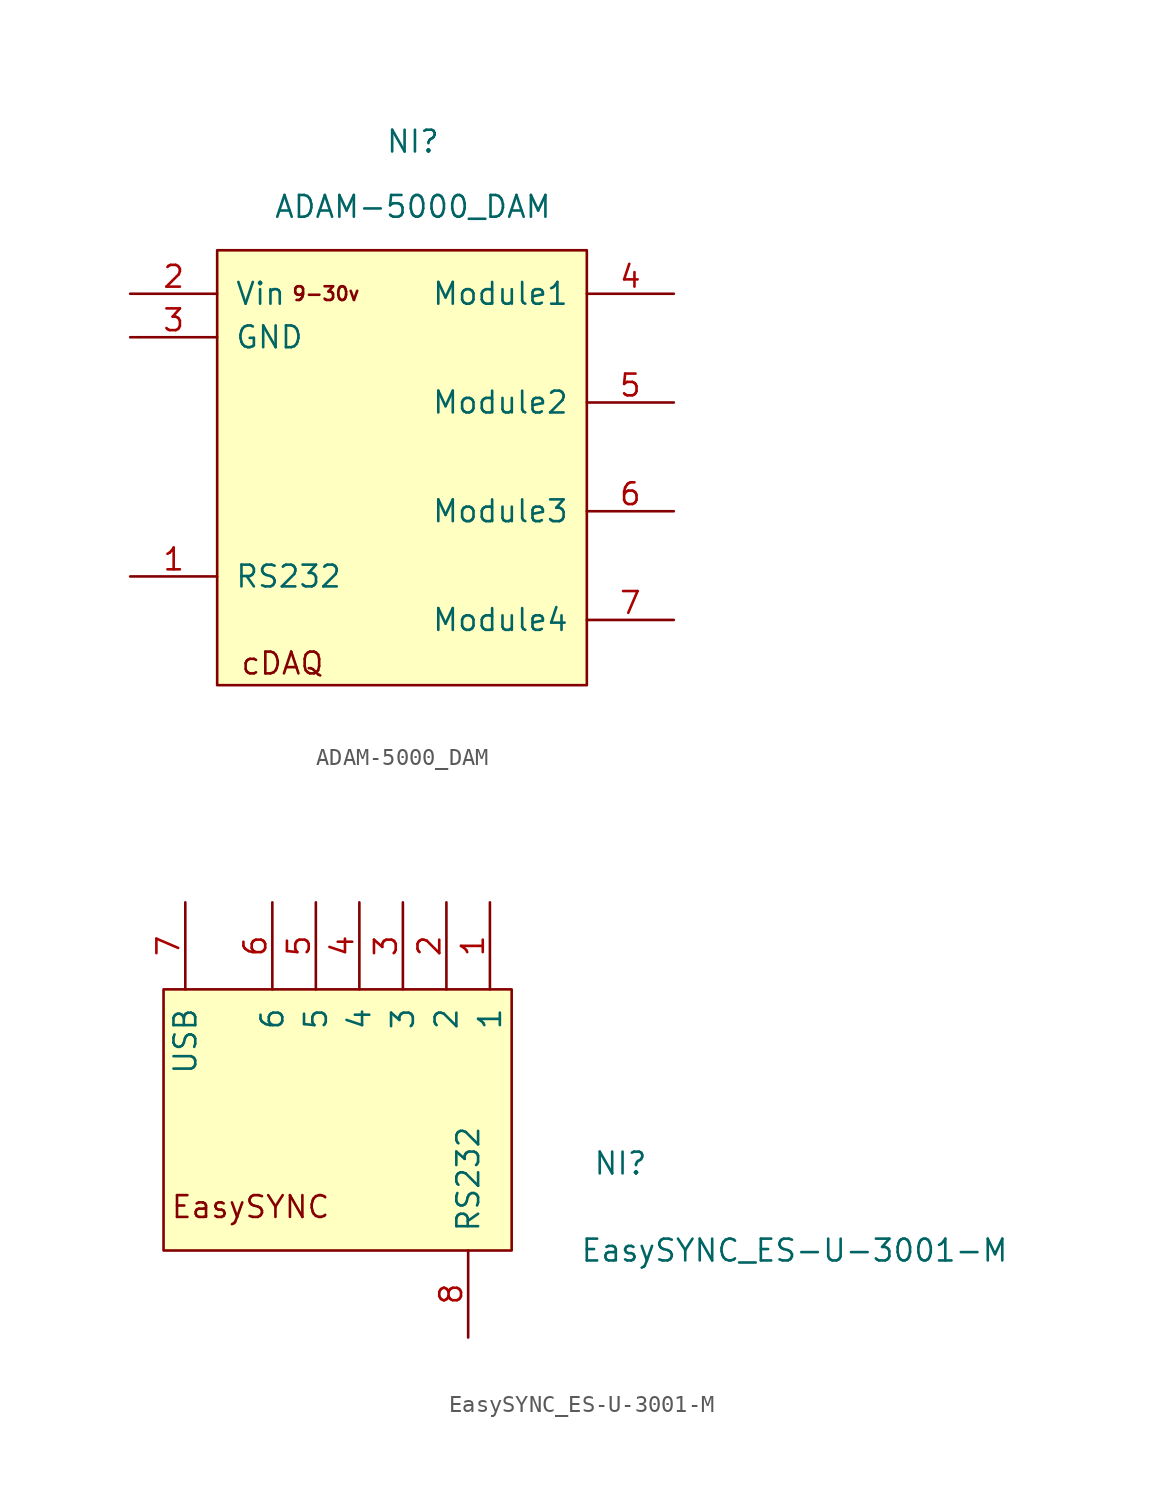
<source format=kicad_sym>
(kicad_symbol_lib
  (version 20211014)
  (generator kicad_symbol_editor)
  (symbol "ADAM-5000_DAM"
    (pin_names
      (offset 1.016))
    (property "Reference" "NI"
      (at 0 11.43 0)
      (effects (font (size 1.27 1.27))))
    (property "Value" "ADAM-5000_DAM"
      (at 0 7.62 0)
      (effects (font (size 1.27 1.27))))
    (symbol "ADAM-5000_DAM_0_0"
      (text "9-30v" (at -5.08 2.54 0) (effects (font (size 0.8 0.8))))
      (text "cDAQ" (at -7.62 -19.05 0) (effects (font (size 1.27 1.27)))))
    (symbol "ADAM-5000_DAM_0_1"
      (rectangle (start -11.43 -20.32) (end 10.16 5.08) (stroke (width 0) (type default) (color 0 0 0 0)) (fill (type background))))
    (symbol "ADAM-5000_DAM_1_1"
      (pin bidirectional line (at -16.51 -13.97 0) (length 5.08) (name "RS232" (effects (font (size 1.27 1.27)))) (number "1" (effects (font (size 1.27 1.27)))))
      (pin input line (at -16.51 2.54 0) (length 5.08) (name "Vin" (effects (font (size 1.27 1.27)))) (number "2" (effects (font (size 1.27 1.27)))))
      (pin input line (at -16.51 0 0) (length 5.08) (name "GND" (effects (font (size 1.27 1.27)))) (number "3" (effects (font (size 1.27 1.27)))))
      (pin bidirectional line (at 15.24 2.54 180) (length 5.08) (name "Module1" (effects (font (size 1.27 1.27)))) (number "4" (effects (font (size 1.27 1.27)))))
      (pin bidirectional line (at 15.24 -3.81 180) (length 5.08) (name "Module2" (effects (font (size 1.27 1.27)))) (number "5" (effects (font (size 1.27 1.27)))))
      (pin bidirectional line (at 15.24 -10.16 180) (length 5.08) (name "Module3" (effects (font (size 1.27 1.27)))) (number "6" (effects (font (size 1.27 1.27)))))
      (pin bidirectional line (at 15.24 -16.51 180) (length 5.08) (name "Module4" (effects (font (size 1.27 1.27)))) (number "7" (effects (font (size 1.27 1.27)))))))
  (symbol "EasySYNC_ES-U-3001-M"
    (pin_names
      (offset 1.016))
    (property "Reference" "NI"
      (at 16.51 -5.08 0)
      (effects (font (size 1.27 1.27))))
    (property "Value" "EasySYNC_ES-U-3001-M"
      (at 26.67 -10.16 0)
      (effects (font (size 1.27 1.27))))
    (symbol "EasySYNC_ES-U-3001-M_0_0"
      (text "EasySYNC" (at -5.08 -7.62 0) (effects (font (size 1.27 1.27)))))
    (symbol "EasySYNC_ES-U-3001-M_0_1"
      (rectangle (start -10.16 5.08) (end 10.16 -10.16) (stroke (width 0) (type default) (color 0 0 0 0)) (fill (type background))))
    (symbol "EasySYNC_ES-U-3001-M_1_1"
      (pin bidirectional line (at 8.89 10.16 270) (length 5.08) (name "1" (effects (font (size 1.27 1.27)))) (number "1" (effects (font (size 1.27 1.27)))))
      (pin bidirectional line (at 6.35 10.16 270) (length 5.08) (name "2" (effects (font (size 1.27 1.27)))) (number "2" (effects (font (size 1.27 1.27)))))
      (pin bidirectional line (at 3.81 10.16 270) (length 5.08) (name "3" (effects (font (size 1.27 1.27)))) (number "3" (effects (font (size 1.27 1.27)))))
      (pin bidirectional line (at 1.27 10.16 270) (length 5.08) (name "4" (effects (font (size 1.27 1.27)))) (number "4" (effects (font (size 1.27 1.27)))))
      (pin bidirectional line (at -1.27 10.16 270) (length 5.08) (name "5" (effects (font (size 1.27 1.27)))) (number "5" (effects (font (size 1.27 1.27)))))
      (pin bidirectional line (at -3.81 10.16 270) (length 5.08) (name "6" (effects (font (size 1.27 1.27)))) (number "6" (effects (font (size 1.27 1.27)))))
      (pin bidirectional line (at -8.89 10.16 270) (length 5.08) (name "USB" (effects (font (size 1.27 1.27)))) (number "7" (effects (font (size 1.27 1.27)))))
      (pin bidirectional line (at 7.62 -15.24 90) (length 5.08) (name "RS232" (effects (font (size 1.27 1.27)))) (number "8" (effects (font (size 1.27 1.27))))))))
</source>
